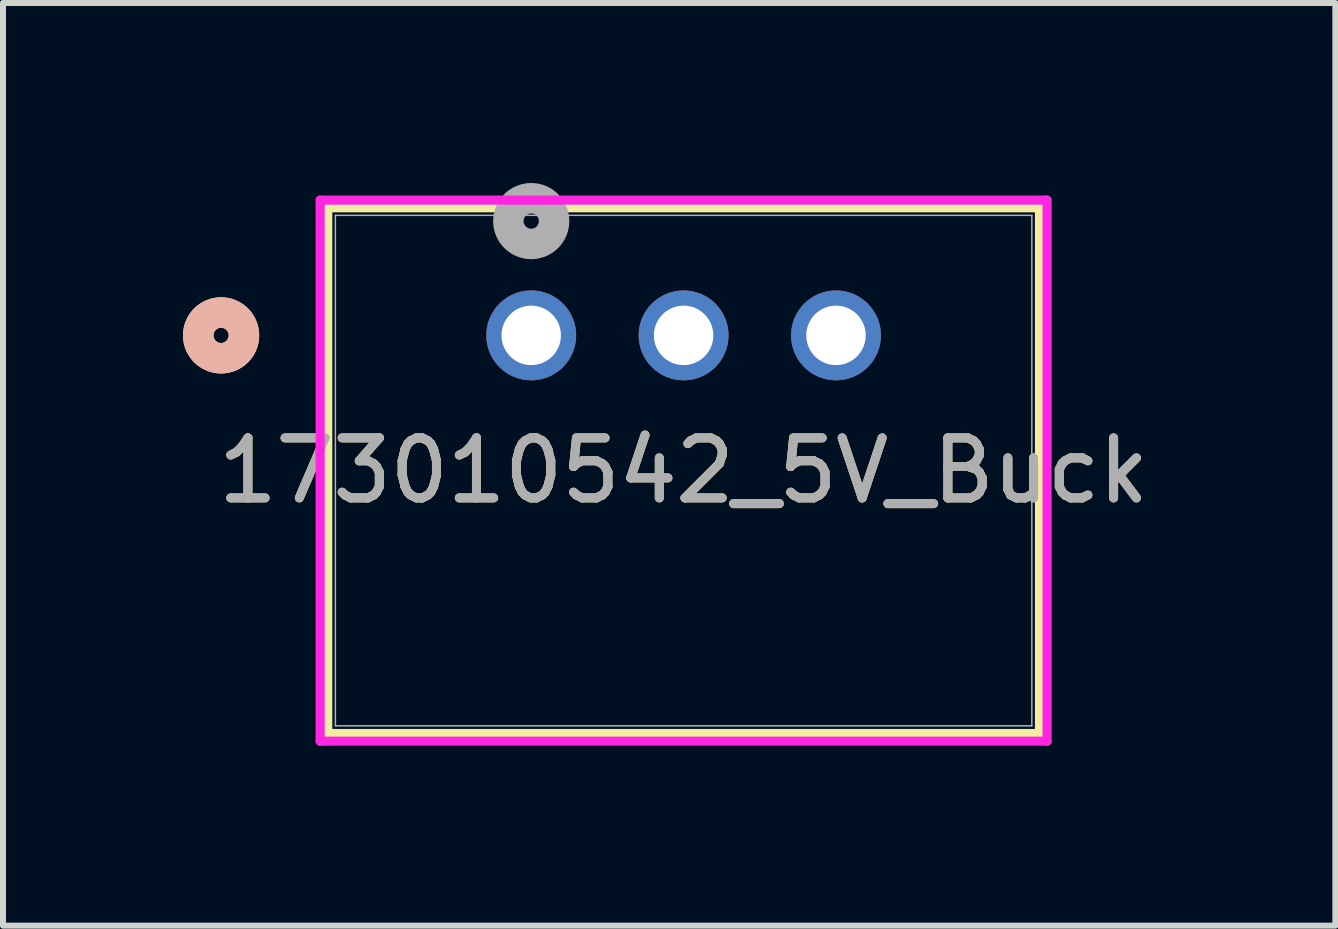
<source format=kicad_pcb>
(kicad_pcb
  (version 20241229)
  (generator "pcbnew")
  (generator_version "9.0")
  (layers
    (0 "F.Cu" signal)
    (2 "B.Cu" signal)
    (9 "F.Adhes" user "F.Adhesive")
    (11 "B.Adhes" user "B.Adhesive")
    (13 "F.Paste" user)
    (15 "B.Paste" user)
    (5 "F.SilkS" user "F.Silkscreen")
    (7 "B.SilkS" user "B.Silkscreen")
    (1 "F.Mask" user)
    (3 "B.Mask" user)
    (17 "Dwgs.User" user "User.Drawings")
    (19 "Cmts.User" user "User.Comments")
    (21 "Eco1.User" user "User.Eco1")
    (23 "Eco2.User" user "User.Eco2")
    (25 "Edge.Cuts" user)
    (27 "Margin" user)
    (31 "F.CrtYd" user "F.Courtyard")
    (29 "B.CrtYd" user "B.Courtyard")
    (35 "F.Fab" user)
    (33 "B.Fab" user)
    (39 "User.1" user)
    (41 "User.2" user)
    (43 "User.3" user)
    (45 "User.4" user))
  (footprint "173010542_5V_Buck"
    (layer "F.Cu")
    (at 5.804 2.54)
    (property "Reference" "173010542_5V_Buck" (at 2.54 2.254 0) (unlocked yes) (layer "F.SilkS") (effects (font (size 1 1) (thickness 0.15))))
    (attr through_hole)
    (fp_line (start -3.391 -2.127) (end -3.391 6.636) (stroke (width 0.152) (type solid)) (layer "F.SilkS"))
    (fp_line (start -3.391 6.636) (end 8.471 6.636) (stroke (width 0.152) (type solid)) (layer "F.SilkS"))
    (fp_line (start 8.471 -2.127) (end -3.391 -2.127) (stroke (width 0.152) (type solid)) (layer "F.SilkS"))
    (fp_line (start 8.471 6.636) (end 8.471 -2.127) (stroke (width 0.152) (type solid)) (layer "F.SilkS"))
    (fp_circle (center -5.169 0) (end -4.788 0) (stroke (width 0.508) (type solid)) (fill no) (layer "F.SilkS"))
    (fp_circle (center -5.169 0) (end -4.788 0) (stroke (width 0.508) (type solid)) (fill no) (layer "B.SilkS"))
    (fp_line (start -3.518 -2.255) (end -3.518 6.763) (stroke (width 0.152) (type solid)) (layer "F.CrtYd"))
    (fp_line (start -3.518 6.763) (end 8.598 6.763) (stroke (width 0.152) (type solid)) (layer "F.CrtYd"))
    (fp_line (start 8.598 -2.255) (end -3.518 -2.255) (stroke (width 0.152) (type solid)) (layer "F.CrtYd"))
    (fp_line (start 8.598 6.763) (end 8.598 -2.255) (stroke (width 0.152) (type solid)) (layer "F.CrtYd"))
    (fp_line (start -3.264 -2.001) (end -3.264 6.508) (stroke (width 0.025) (type solid)) (layer "F.Fab"))
    (fp_line (start -3.264 6.508) (end 8.344 6.508) (stroke (width 0.025) (type solid)) (layer "F.Fab"))
    (fp_line (start 8.344 -2.001) (end -3.264 -2.001) (stroke (width 0.025) (type solid)) (layer "F.Fab"))
    (fp_line (start 8.344 6.508) (end 8.344 -2.001) (stroke (width 0.025) (type solid)) (layer "F.Fab"))
    (fp_circle (center 0 -1.905) (end 0.381 -1.905) (stroke (width 0.508) (type solid)) (fill no) (layer "F.Fab"))
    (fp_text user "${REFERENCE}" (at 2.54 2.254 0) (unlocked yes) (layer "F.Fab") (effects (font (size 1 1) (thickness 0.15))))
    (pad "1" thru_hole circle (at 0 0) (size 1.499 1.499) (drill 0.991) (layers "*.Cu" "*.Mask"))
    (pad "2" thru_hole circle (at 2.54 0) (size 1.499 1.499) (drill 0.991) (layers "*.Cu" "*.Mask"))
    (pad "3" thru_hole circle (at 5.08 0) (size 1.499 1.499) (drill 0.991) (layers "*.Cu" "*.Mask")))
  (gr_rect
    (start -3 -3)
    (end 19.207 12.379)
    (stroke (width 0.1) (type default))
    (fill no)
    (layer "Edge.Cuts")))
</source>
